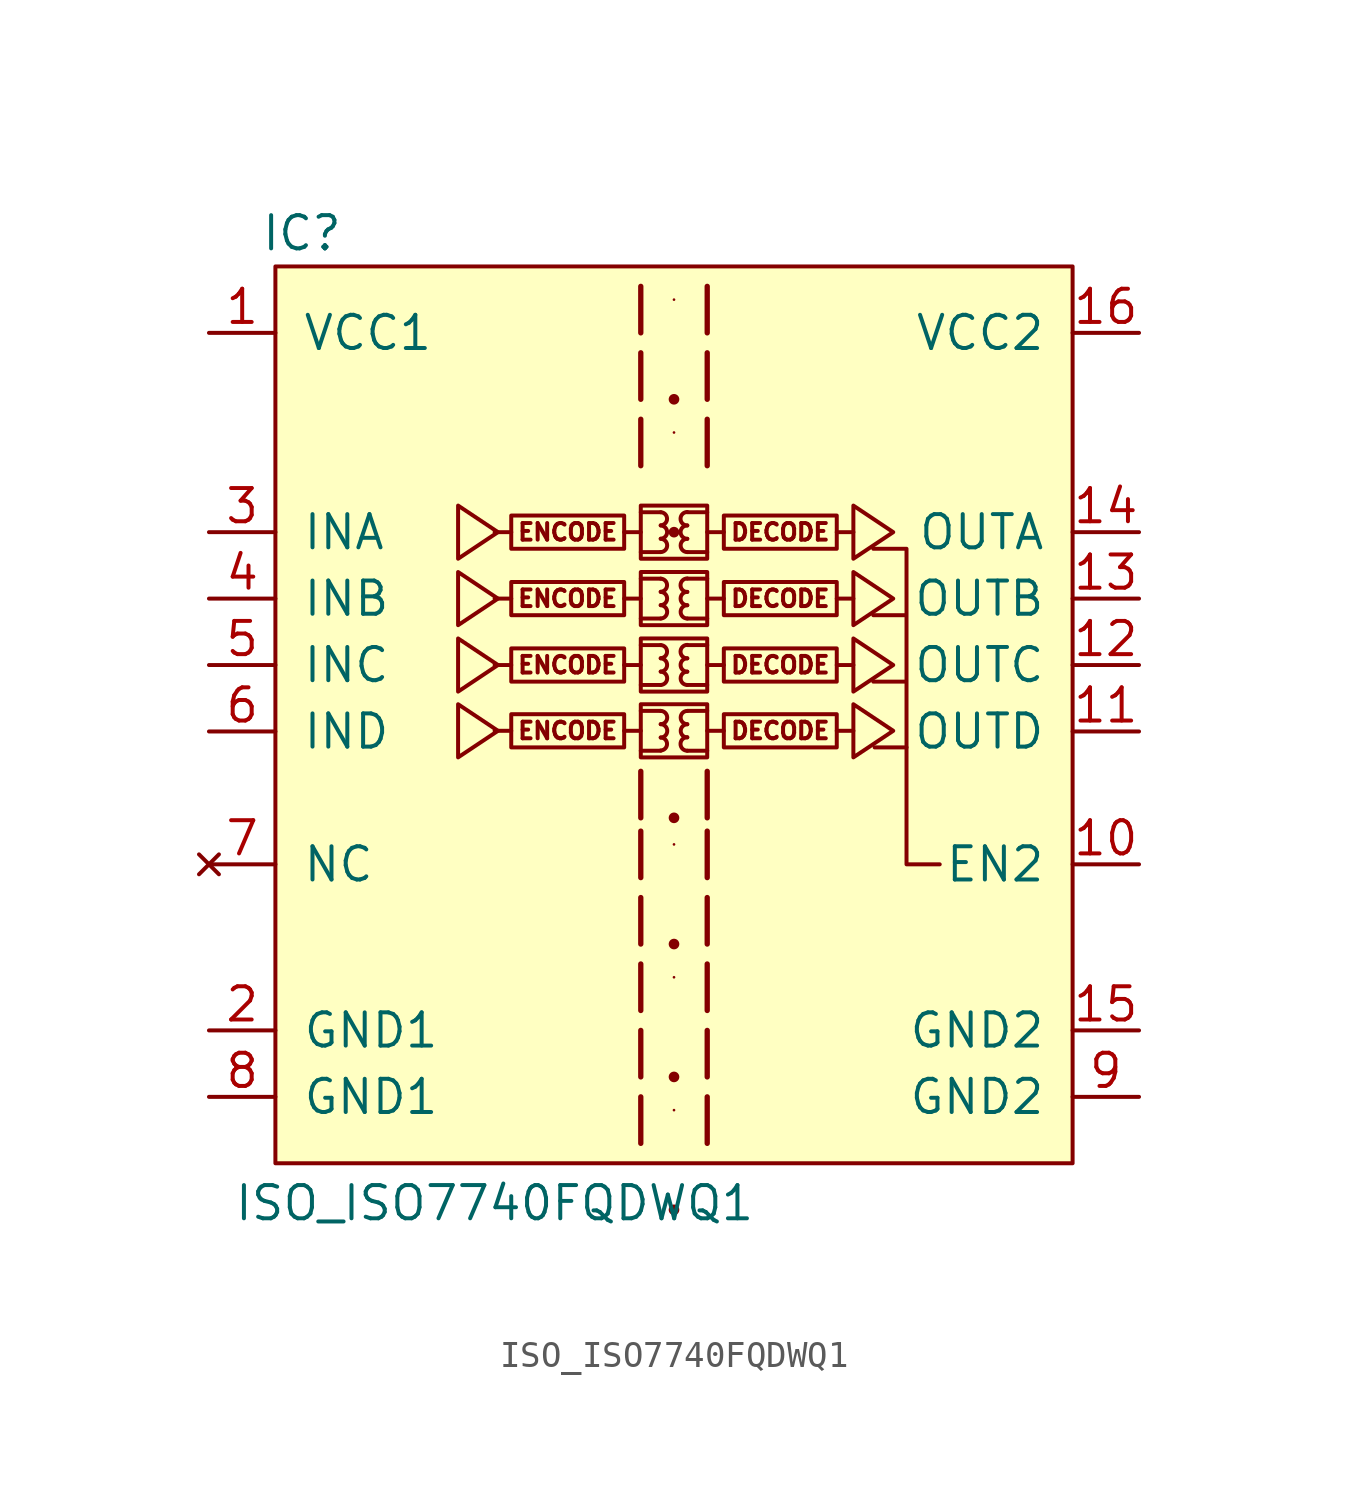
<source format=kicad_sym>
(kicad_symbol_lib
  (version 20211014)
  (generator kicad_symbol_editor)
  (symbol "ISO_ISO7740FQDWQ1"
    (pin_names
      (offset 1.016))
    (property "Reference" "IC"
      (at -14.224 15.24 0)
      (effects (font (size 1.27 1.27))))
    (property "Value" "ISO_ISO7740FQDWQ1"
      (at -6.858 -21.844 0)
      (effects (font (size 1.27 1.27))))
    (symbol "ISO_ISO7740FQDWQ1_0_1"
      (rectangle (start -15.24 13.97) (end 15.24 -20.32) (stroke (width 0) (type default) (color 0 0 0 0)) (fill (type background)))
      (polyline (pts (xy 8.89 -4.42) (xy 7.671 -4.42)) (stroke (width 0.152) (type default) (color 0 0 0 0)) (fill (type none)))
      (polyline (pts (xy 10.16 -8.89) (xy 8.89 -8.89) (xy 8.89 -1.905) (xy 7.62 -1.905) (xy 8.89 -1.905) (xy 8.89 0.635) (xy 7.62 0.635) (xy 8.89 0.635) (xy 8.89 3.175) (xy 7.62 3.175)) (stroke (width 0) (type default) (color 0 0 0 0)) (fill (type none))))
    (symbol "ISO_ISO7740FQDWQ1_1_1"
      (rectangle (start -1.905 -3.15) (end -6.223 -4.42) (stroke (width 0) (type default) (color 0 0 0 0)) (fill (type none)))
      (rectangle (start -1.905 -0.635) (end -6.223 -1.905) (stroke (width 0) (type default) (color 0 0 0 0)) (fill (type none)))
      (rectangle (start -1.905 1.905) (end -6.223 0.635) (stroke (width 0) (type default) (color 0 0 0 0)) (fill (type none)))
      (rectangle (start -1.905 4.445) (end -6.223 3.175) (stroke (width 0) (type default) (color 0 0 0 0)) (fill (type none)))
      (rectangle (start -1.27 -2.769) (end 1.27 -4.801) (stroke (width 0) (type default) (color 0 0 0 0)) (fill (type none)))
      (rectangle (start -1.27 -0.254) (end 1.27 -2.286) (stroke (width 0) (type default) (color 0 0 0 0)) (fill (type none)))
      (rectangle (start -1.27 2.286) (end 1.27 0.254) (stroke (width 0) (type default) (color 0 0 0 0)) (fill (type none)))
      (rectangle (start -1.27 4.826) (end 1.27 2.794) (stroke (width 0) (type default) (color 0 0 0 0)) (fill (type none)))
      (arc (start -0.508 -4.5466) (mid -0.254 -4.2926) (end -0.508 -4.0386) (stroke (width 0) (type default) (color 0 0 0 0)) (fill (type none)))
      (arc (start -0.508 -4.0386) (mid -0.254 -3.7846) (end -0.508 -3.5306) (stroke (width 0) (type default) (color 0 0 0 0)) (fill (type none)))
      (arc (start -0.508 -3.5306) (mid -0.254 -3.2766) (end -0.508 -3.0226) (stroke (width 0) (type default) (color 0 0 0 0)) (fill (type none)))
      (arc (start -0.508 -2.032) (mid -0.254 -1.778) (end -0.508 -1.524) (stroke (width 0) (type default) (color 0 0 0 0)) (fill (type none)))
      (arc (start -0.508 -1.524) (mid -0.254 -1.27) (end -0.508 -1.016) (stroke (width 0) (type default) (color 0 0 0 0)) (fill (type none)))
      (arc (start -0.508 -1.016) (mid -0.254 -0.762) (end -0.508 -0.508) (stroke (width 0) (type default) (color 0 0 0 0)) (fill (type none)))
      (arc (start -0.508 0.508) (mid -0.254 0.762) (end -0.508 1.016) (stroke (width 0) (type default) (color 0 0 0 0)) (fill (type none)))
      (arc (start -0.508 1.016) (mid -0.254 1.27) (end -0.508 1.524) (stroke (width 0) (type default) (color 0 0 0 0)) (fill (type none)))
      (arc (start -0.508 1.524) (mid -0.254 1.778) (end -0.508 2.032) (stroke (width 0) (type default) (color 0 0 0 0)) (fill (type none)))
      (arc (start -0.508 3.048) (mid -0.254 3.302) (end -0.508 3.556) (stroke (width 0) (type default) (color 0 0 0 0)) (fill (type none)))
      (arc (start -0.508 3.556) (mid -0.254 3.81) (end -0.508 4.064) (stroke (width 0) (type default) (color 0 0 0 0)) (fill (type none)))
      (arc (start -0.508 4.064) (mid -0.254 4.318) (end -0.508 4.572) (stroke (width 0) (type default) (color 0 0 0 0)) (fill (type none)))
      (polyline (pts (xy -6.223 -3.785) (xy -6.858 -3.785)) (stroke (width 0) (type default) (color 0 0 0 0)) (fill (type none)))
      (polyline (pts (xy -6.223 -1.27) (xy -6.858 -1.27)) (stroke (width 0) (type default) (color 0 0 0 0)) (fill (type none)))
      (polyline (pts (xy -6.223 1.27) (xy -6.858 1.27)) (stroke (width 0) (type default) (color 0 0 0 0)) (fill (type none)))
      (polyline (pts (xy -6.223 3.81) (xy -6.858 3.81)) (stroke (width 0) (type default) (color 0 0 0 0)) (fill (type none)))
      (polyline (pts (xy -1.905 -3.785) (xy -1.27 -3.785)) (stroke (width 0) (type default) (color 0 0 0 0)) (fill (type none)))
      (polyline (pts (xy -1.905 -1.27) (xy -1.27 -1.27)) (stroke (width 0) (type default) (color 0 0 0 0)) (fill (type none)))
      (polyline (pts (xy -1.905 1.27) (xy -1.27 1.27)) (stroke (width 0) (type default) (color 0 0 0 0)) (fill (type none)))
      (polyline (pts (xy -1.905 3.81) (xy -1.27 3.81)) (stroke (width 0) (type default) (color 0 0 0 0)) (fill (type none)))
      (polyline (pts (xy -1.27 -4.547) (xy -0.508 -4.547)) (stroke (width 0) (type default) (color 0 0 0 0)) (fill (type none)))
      (polyline (pts (xy -1.27 -3.023) (xy -0.508 -3.023)) (stroke (width 0) (type default) (color 0 0 0 0)) (fill (type none)))
      (polyline (pts (xy -1.27 -2.032) (xy -0.508 -2.032)) (stroke (width 0) (type default) (color 0 0 0 0)) (fill (type none)))
      (polyline (pts (xy -1.27 -0.508) (xy -0.508 -0.508)) (stroke (width 0) (type default) (color 0 0 0 0)) (fill (type none)))
      (polyline (pts (xy -1.27 0.508) (xy -0.508 0.508)) (stroke (width 0) (type default) (color 0 0 0 0)) (fill (type none)))
      (polyline (pts (xy -1.27 2.032) (xy -0.508 2.032)) (stroke (width 0) (type default) (color 0 0 0 0)) (fill (type none)))
      (polyline (pts (xy -1.27 3.048) (xy -0.508 3.048)) (stroke (width 0) (type default) (color 0 0 0 0)) (fill (type none)))
      (polyline (pts (xy -1.27 4.572) (xy -0.508 4.572)) (stroke (width 0) (type default) (color 0 0 0 0)) (fill (type none)))
      (polyline (pts (xy 0 -22.098) (xy 0 -22.098)) (stroke (width 0.406) (type default) (color 0 0 0 0)) (fill (type none)))
      (polyline (pts (xy 0 -18.288) (xy 0 -18.288)) (stroke (width 0.102) (type default) (color 0 0 0 0)) (fill (type none)))
      (polyline (pts (xy 0 -17.018) (xy 0 -17.018)) (stroke (width 0.406) (type default) (color 0 0 0 0)) (fill (type none)))
      (polyline (pts (xy 0 -13.208) (xy 0 -13.208)) (stroke (width 0.102) (type default) (color 0 0 0 0)) (fill (type none)))
      (polyline (pts (xy 0 -11.938) (xy 0 -11.938)) (stroke (width 0.406) (type default) (color 0 0 0 0)) (fill (type none)))
      (polyline (pts (xy 0 -8.128) (xy 0 -8.128)) (stroke (width 0.102) (type default) (color 0 0 0 0)) (fill (type none)))
      (polyline (pts (xy 0 -7.112) (xy 0 -7.112)) (stroke (width 0.406) (type default) (color 0 0 0 0)) (fill (type none)))
      (polyline (pts (xy 0 3.81) (xy 0 3.81)) (stroke (width 0.406) (type default) (color 0 0 0 0)) (fill (type none)))
      (polyline (pts (xy 0 7.62) (xy 0 7.62)) (stroke (width 0.102) (type default) (color 0 0 0 0)) (fill (type none)))
      (polyline (pts (xy 0 8.89) (xy 0 8.89)) (stroke (width 0.406) (type default) (color 0 0 0 0)) (fill (type none)))
      (polyline (pts (xy 0 12.7) (xy 0 12.7)) (stroke (width 0.102) (type default) (color 0 0 0 0)) (fill (type none)))
      (polyline (pts (xy 1.27 -4.547) (xy 0.508 -4.547)) (stroke (width 0) (type default) (color 0 0 0 0)) (fill (type none)))
      (polyline (pts (xy 1.27 -3.023) (xy 0.508 -3.023)) (stroke (width 0) (type default) (color 0 0 0 0)) (fill (type none)))
      (polyline (pts (xy 1.27 -2.032) (xy 0.508 -2.032)) (stroke (width 0) (type default) (color 0 0 0 0)) (fill (type none)))
      (polyline (pts (xy 1.27 -0.508) (xy 0.508 -0.508)) (stroke (width 0) (type default) (color 0 0 0 0)) (fill (type none)))
      (polyline (pts (xy 1.27 0.508) (xy 0.508 0.508)) (stroke (width 0) (type default) (color 0 0 0 0)) (fill (type none)))
      (polyline (pts (xy 1.27 2.032) (xy 0.508 2.032)) (stroke (width 0) (type default) (color 0 0 0 0)) (fill (type none)))
      (polyline (pts (xy 1.27 3.048) (xy 0.508 3.048)) (stroke (width 0) (type default) (color 0 0 0 0)) (fill (type none)))
      (polyline (pts (xy 1.27 4.572) (xy 0.508 4.572)) (stroke (width 0) (type default) (color 0 0 0 0)) (fill (type none)))
      (polyline (pts (xy 1.905 -3.785) (xy 1.27 -3.785)) (stroke (width 0) (type default) (color 0 0 0 0)) (fill (type none)))
      (polyline (pts (xy 1.905 -1.27) (xy 1.27 -1.27)) (stroke (width 0) (type default) (color 0 0 0 0)) (fill (type none)))
      (polyline (pts (xy 1.905 1.27) (xy 1.27 1.27)) (stroke (width 0) (type default) (color 0 0 0 0)) (fill (type none)))
      (polyline (pts (xy 1.905 3.81) (xy 1.27 3.81)) (stroke (width 0) (type default) (color 0 0 0 0)) (fill (type none)))
      (polyline (pts (xy 6.223 -3.785) (xy 6.858 -3.785)) (stroke (width 0) (type default) (color 0 0 0 0)) (fill (type none)))
      (polyline (pts (xy 6.223 -1.27) (xy 6.858 -1.27)) (stroke (width 0) (type default) (color 0 0 0 0)) (fill (type none)))
      (polyline (pts (xy 6.223 1.27) (xy 6.858 1.27)) (stroke (width 0) (type default) (color 0 0 0 0)) (fill (type none)))
      (polyline (pts (xy 6.223 3.81) (xy 6.858 3.81)) (stroke (width 0) (type default) (color 0 0 0 0)) (fill (type none)))
      (polyline (pts (xy -1.27 -17.78) (xy -1.27 -19.304) (xy -1.27 -19.558)) (stroke (width 0.203) (type default) (color 0 0 0 0)) (fill (type none)))
      (polyline (pts (xy -1.27 -15.24) (xy -1.27 -16.764) (xy -1.27 -17.018)) (stroke (width 0.203) (type default) (color 0 0 0 0)) (fill (type none)))
      (polyline (pts (xy -1.27 -12.7) (xy -1.27 -14.224) (xy -1.27 -14.478)) (stroke (width 0.203) (type default) (color 0 0 0 0)) (fill (type none)))
      (polyline (pts (xy -1.27 -10.16) (xy -1.27 -11.684) (xy -1.27 -11.938)) (stroke (width 0.203) (type default) (color 0 0 0 0)) (fill (type none)))
      (polyline (pts (xy -1.27 -7.62) (xy -1.27 -9.144) (xy -1.27 -9.398)) (stroke (width 0.203) (type default) (color 0 0 0 0)) (fill (type none)))
      (polyline (pts (xy -1.27 -5.334) (xy -1.27 -6.858) (xy -1.27 -7.112)) (stroke (width 0.203) (type default) (color 0 0 0 0)) (fill (type none)))
      (polyline (pts (xy -1.27 8.128) (xy -1.27 6.604) (xy -1.27 6.35)) (stroke (width 0.203) (type default) (color 0 0 0 0)) (fill (type none)))
      (polyline (pts (xy -1.27 10.668) (xy -1.27 9.144) (xy -1.27 8.89)) (stroke (width 0.203) (type default) (color 0 0 0 0)) (fill (type none)))
      (polyline (pts (xy -1.27 13.208) (xy -1.27 11.684) (xy -1.27 11.43)) (stroke (width 0.203) (type default) (color 0 0 0 0)) (fill (type none)))
      (polyline (pts (xy 1.27 -17.78) (xy 1.27 -19.304) (xy 1.27 -19.558)) (stroke (width 0.203) (type default) (color 0 0 0 0)) (fill (type none)))
      (polyline (pts (xy 1.27 -15.24) (xy 1.27 -16.764) (xy 1.27 -17.018)) (stroke (width 0.203) (type default) (color 0 0 0 0)) (fill (type none)))
      (polyline (pts (xy 1.27 -12.7) (xy 1.27 -14.224) (xy 1.27 -14.478)) (stroke (width 0.203) (type default) (color 0 0 0 0)) (fill (type none)))
      (polyline (pts (xy 1.27 -10.16) (xy 1.27 -11.684) (xy 1.27 -11.938)) (stroke (width 0.203) (type default) (color 0 0 0 0)) (fill (type none)))
      (polyline (pts (xy 1.27 -7.62) (xy 1.27 -9.144) (xy 1.27 -9.398)) (stroke (width 0.203) (type default) (color 0 0 0 0)) (fill (type none)))
      (polyline (pts (xy 1.27 -5.334) (xy 1.27 -6.858) (xy 1.27 -7.112)) (stroke (width 0.203) (type default) (color 0 0 0 0)) (fill (type none)))
      (polyline (pts (xy 1.27 8.128) (xy 1.27 6.604) (xy 1.27 6.35)) (stroke (width 0.203) (type default) (color 0 0 0 0)) (fill (type none)))
      (polyline (pts (xy 1.27 10.668) (xy 1.27 9.144) (xy 1.27 8.89)) (stroke (width 0.203) (type default) (color 0 0 0 0)) (fill (type none)))
      (polyline (pts (xy 1.27 13.208) (xy 1.27 11.684) (xy 1.27 11.43)) (stroke (width 0.203) (type default) (color 0 0 0 0)) (fill (type none)))
      (polyline (pts (xy -6.731 -3.785) (xy -8.255 -2.769) (xy -8.255 -4.801) (xy -6.731 -3.785)) (stroke (width 0) (type default) (color 0 0 0 0)) (fill (type none)))
      (polyline (pts (xy -6.731 -1.27) (xy -8.255 -0.254) (xy -8.255 -2.286) (xy -6.731 -1.27)) (stroke (width 0) (type default) (color 0 0 0 0)) (fill (type none)))
      (polyline (pts (xy -6.731 1.27) (xy -8.255 2.286) (xy -8.255 0.254) (xy -6.731 1.27)) (stroke (width 0) (type default) (color 0 0 0 0)) (fill (type none)))
      (polyline (pts (xy -6.731 3.81) (xy -8.255 4.826) (xy -8.255 2.794) (xy -6.731 3.81)) (stroke (width 0) (type default) (color 0 0 0 0)) (fill (type none)))
      (polyline (pts (xy 8.382 -3.785) (xy 6.858 -2.769) (xy 6.858 -4.801) (xy 8.382 -3.785)) (stroke (width 0) (type default) (color 0 0 0 0)) (fill (type none)))
      (polyline (pts (xy 8.382 -1.27) (xy 6.858 -0.254) (xy 6.858 -2.286) (xy 8.382 -1.27)) (stroke (width 0) (type default) (color 0 0 0 0)) (fill (type none)))
      (polyline (pts (xy 8.382 1.27) (xy 6.858 2.286) (xy 6.858 0.254) (xy 8.382 1.27)) (stroke (width 0) (type default) (color 0 0 0 0)) (fill (type none)))
      (polyline (pts (xy 8.382 3.81) (xy 6.858 4.826) (xy 6.858 2.794) (xy 8.382 3.81)) (stroke (width 0) (type default) (color 0 0 0 0)) (fill (type none)))
      (arc (start 0.508 -4.0386) (mid 0.254 -4.2926) (end 0.508 -4.5466) (stroke (width 0) (type default) (color 0 0 0 0)) (fill (type none)))
      (arc (start 0.508 -3.5306) (mid 0.254 -3.7846) (end 0.508 -4.0386) (stroke (width 0) (type default) (color 0 0 0 0)) (fill (type none)))
      (arc (start 0.508 -3.0226) (mid 0.254 -3.2766) (end 0.508 -3.5306) (stroke (width 0) (type default) (color 0 0 0 0)) (fill (type none)))
      (arc (start 0.508 -1.524) (mid 0.254 -1.778) (end 0.508 -2.032) (stroke (width 0) (type default) (color 0 0 0 0)) (fill (type none)))
      (arc (start 0.508 -1.016) (mid 0.254 -1.27) (end 0.508 -1.524) (stroke (width 0) (type default) (color 0 0 0 0)) (fill (type none)))
      (arc (start 0.508 -0.508) (mid 0.254 -0.762) (end 0.508 -1.016) (stroke (width 0) (type default) (color 0 0 0 0)) (fill (type none)))
      (arc (start 0.508 1.016) (mid 0.254 0.762) (end 0.508 0.508) (stroke (width 0) (type default) (color 0 0 0 0)) (fill (type none)))
      (arc (start 0.508 1.524) (mid 0.254 1.27) (end 0.508 1.016) (stroke (width 0) (type default) (color 0 0 0 0)) (fill (type none)))
      (arc (start 0.508 2.032) (mid 0.254 1.778) (end 0.508 1.524) (stroke (width 0) (type default) (color 0 0 0 0)) (fill (type none)))
      (arc (start 0.508 3.556) (mid 0.254 3.302) (end 0.508 3.048) (stroke (width 0) (type default) (color 0 0 0 0)) (fill (type none)))
      (arc (start 0.508 4.064) (mid 0.254 3.81) (end 0.508 3.556) (stroke (width 0) (type default) (color 0 0 0 0)) (fill (type none)))
      (arc (start 0.508 4.572) (mid 0.254 4.318) (end 0.508 4.064) (stroke (width 0) (type default) (color 0 0 0 0)) (fill (type none)))
      (rectangle (start 1.905 -3.15) (end 6.223 -4.42) (stroke (width 0) (type default) (color 0 0 0 0)) (fill (type none)))
      (rectangle (start 1.905 -0.635) (end 6.223 -1.905) (stroke (width 0) (type default) (color 0 0 0 0)) (fill (type none)))
      (rectangle (start 1.905 1.905) (end 6.223 0.635) (stroke (width 0) (type default) (color 0 0 0 0)) (fill (type none)))
      (rectangle (start 1.905 4.445) (end 6.223 3.175) (stroke (width 0) (type default) (color 0 0 0 0)) (fill (type none)))
      (text "DECODE" (at 4.064 -3.785 0) (effects (font (size 0.635 0.635))))
      (text "DECODE" (at 4.064 -1.27 0) (effects (font (size 0.635 0.635))))
      (text "DECODE" (at 4.064 1.27 0) (effects (font (size 0.635 0.635))))
      (text "DECODE" (at 4.064 3.81 0) (effects (font (size 0.635 0.635))))
      (text "ENCODE" (at -4.064 -3.785 0) (effects (font (size 0.635 0.635))))
      (text "ENCODE" (at -4.064 -1.27 0) (effects (font (size 0.635 0.635))))
      (text "ENCODE" (at -4.064 1.27 0) (effects (font (size 0.635 0.635))))
      (text "ENCODE" (at -4.064 3.81 0) (effects (font (size 0.635 0.635))))
      (pin power_in line (at -17.78 11.43 0) (length 2.54) (name "VCC1" (effects (font (size 1.27 1.27)))) (number "1" (effects (font (size 1.27 1.27)))))
      (pin passive line (at 17.78 -8.89 180) (length 2.54) (name "EN2" (effects (font (size 1.27 1.27)))) (number "10" (effects (font (size 1.27 1.27)))))
      (pin output line (at 17.78 -3.81 180) (length 2.54) (name "OUTD" (effects (font (size 1.27 1.27)))) (number "11" (effects (font (size 1.27 1.27)))))
      (pin output line (at 17.78 -1.27 180) (length 2.54) (name "OUTC" (effects (font (size 1.27 1.27)))) (number "12" (effects (font (size 1.27 1.27)))))
      (pin output line (at 17.78 1.27 180) (length 2.54) (name "OUTB" (effects (font (size 1.27 1.27)))) (number "13" (effects (font (size 1.27 1.27)))))
      (pin output line (at 17.78 3.81 180) (length 2.54) (name "OUTA" (effects (font (size 1.27 1.27)))) (number "14" (effects (font (size 1.27 1.27)))))
      (pin power_in line (at 17.78 -15.24 180) (length 2.54) (name "GND2" (effects (font (size 1.27 1.27)))) (number "15" (effects (font (size 1.27 1.27)))))
      (pin power_in line (at 17.78 11.43 180) (length 2.54) (name "VCC2" (effects (font (size 1.27 1.27)))) (number "16" (effects (font (size 1.27 1.27)))))
      (pin power_in line (at -17.78 -15.24 0) (length 2.54) (name "GND1" (effects (font (size 1.27 1.27)))) (number "2" (effects (font (size 1.27 1.27)))))
      (pin input line (at -17.78 3.81 0) (length 2.54) (name "INA" (effects (font (size 1.27 1.27)))) (number "3" (effects (font (size 1.27 1.27)))))
      (pin input line (at -17.78 1.27 0) (length 2.54) (name "INB" (effects (font (size 1.27 1.27)))) (number "4" (effects (font (size 1.27 1.27)))))
      (pin input line (at -17.78 -1.27 0) (length 2.54) (name "INC" (effects (font (size 1.27 1.27)))) (number "5" (effects (font (size 1.27 1.27)))))
      (pin input line (at -17.78 -3.81 0) (length 2.54) (name "IND" (effects (font (size 1.27 1.27)))) (number "6" (effects (font (size 1.27 1.27)))))
      (pin no_connect line (at -17.78 -8.89 0) (length 2.54) (name "NC" (effects (font (size 1.27 1.27)))) (number "7" (effects (font (size 1.27 1.27)))))
      (pin power_in line (at -17.78 -17.78 0) (length 2.54) (name "GND1" (effects (font (size 1.27 1.27)))) (number "8" (effects (font (size 1.27 1.27)))))
      (pin power_in line (at 17.78 -17.78 180) (length 2.54) (name "GND2" (effects (font (size 1.27 1.27)))) (number "9" (effects (font (size 1.27 1.27))))))))
</source>
